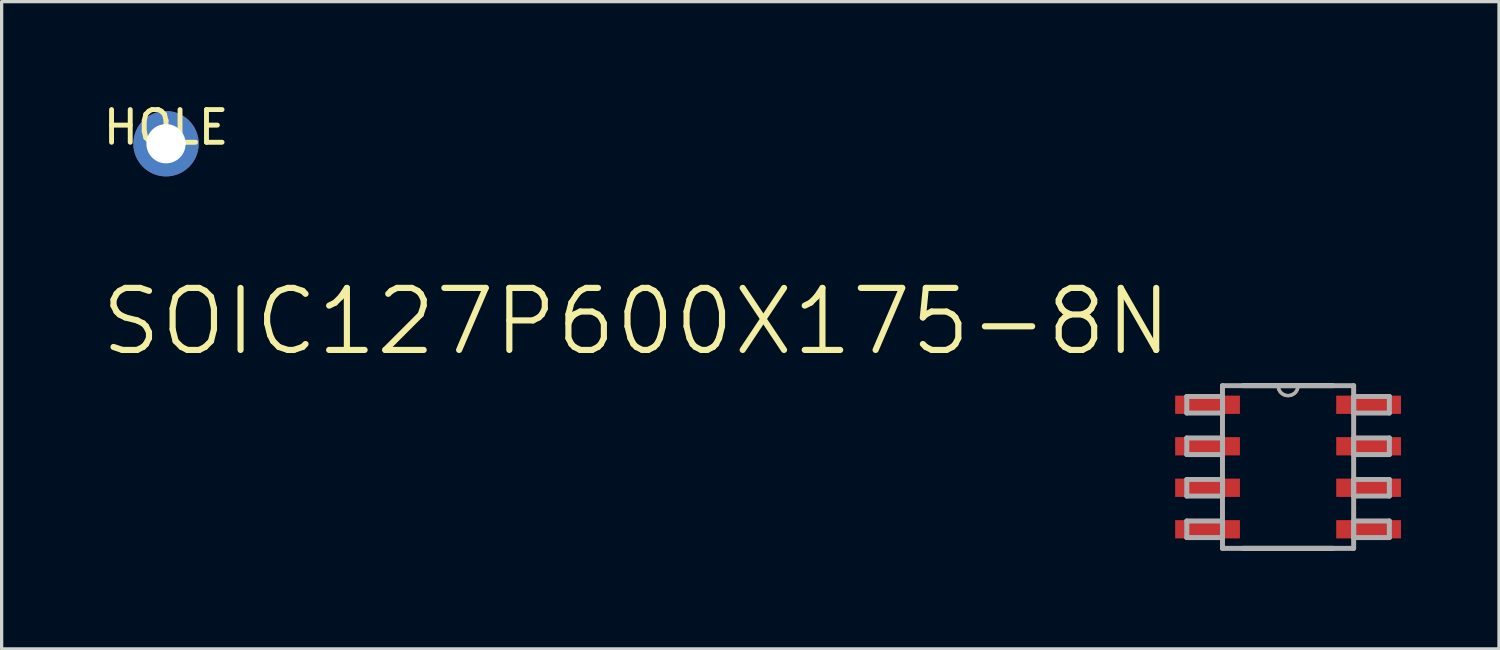
<source format=kicad_pcb>
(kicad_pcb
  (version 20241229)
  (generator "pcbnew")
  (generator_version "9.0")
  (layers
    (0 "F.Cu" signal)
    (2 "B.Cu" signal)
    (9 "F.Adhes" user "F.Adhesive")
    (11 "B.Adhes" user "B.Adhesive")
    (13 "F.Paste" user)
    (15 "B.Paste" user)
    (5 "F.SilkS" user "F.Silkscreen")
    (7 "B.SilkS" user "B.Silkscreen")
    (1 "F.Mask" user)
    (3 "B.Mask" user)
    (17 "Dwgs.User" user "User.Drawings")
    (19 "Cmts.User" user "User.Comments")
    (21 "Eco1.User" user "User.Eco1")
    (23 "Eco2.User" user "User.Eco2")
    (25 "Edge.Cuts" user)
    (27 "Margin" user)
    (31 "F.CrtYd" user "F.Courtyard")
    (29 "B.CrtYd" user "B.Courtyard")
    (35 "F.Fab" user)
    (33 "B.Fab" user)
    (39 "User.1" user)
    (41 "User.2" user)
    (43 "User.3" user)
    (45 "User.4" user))
  (footprint "SOIC127P600X175-8N"
    (layer "F.Cu")
    (at 36.363 11.24)
    (property "Reference" "SOIC127P600X175-8N" (at -3.459 -4.451 180) (layer "F.SilkS") (effects (font (size 1.898 1.898) (thickness 0.188)) (justify right)))
    (fp_line (start -1.372 2.489) (end 1.372 2.489) (stroke (width 0.152) (type solid)) (layer "F.SilkS"))
    (fp_line (start -0.305 -2.489) (end -1.372 -2.489) (stroke (width 0.152) (type solid)) (layer "F.SilkS"))
    (fp_line (start 0.305 -2.489) (end -0.305 -2.489) (stroke (width 0.152) (type solid)) (layer "F.SilkS"))
    (fp_line (start 1.372 -2.489) (end 0.305 -2.489) (stroke (width 0.152) (type solid)) (layer "F.SilkS"))
    (fp_arc (start 0.3048 -2.4892) (mid 0 -2.1844) (end -0.3048 -2.4892) (stroke (width 0.1) (type solid)) (layer "F.SilkS"))
    (fp_line (start -3.099 -2.159) (end -3.099 -1.651) (stroke (width 0.152) (type solid)) (layer "F.Fab"))
    (fp_line (start -3.099 -1.651) (end -2.007 -1.651) (stroke (width 0.152) (type solid)) (layer "F.Fab"))
    (fp_line (start -3.099 -0.889) (end -3.099 -0.381) (stroke (width 0.152) (type solid)) (layer "F.Fab"))
    (fp_line (start -3.099 -0.381) (end -2.007 -0.381) (stroke (width 0.152) (type solid)) (layer "F.Fab"))
    (fp_line (start -3.099 0.381) (end -3.099 0.889) (stroke (width 0.152) (type solid)) (layer "F.Fab"))
    (fp_line (start -3.099 0.889) (end -2.007 0.889) (stroke (width 0.152) (type solid)) (layer "F.Fab"))
    (fp_line (start -3.099 1.651) (end -3.099 2.159) (stroke (width 0.152) (type solid)) (layer "F.Fab"))
    (fp_line (start -3.099 2.159) (end -2.007 2.159) (stroke (width 0.152) (type solid)) (layer "F.Fab"))
    (fp_line (start -2.007 -2.489) (end -2.007 2.489) (stroke (width 0.152) (type solid)) (layer "F.Fab"))
    (fp_line (start -2.007 -2.159) (end -3.099 -2.159) (stroke (width 0.152) (type solid)) (layer "F.Fab"))
    (fp_line (start -2.007 -1.651) (end -2.007 -2.159) (stroke (width 0.152) (type solid)) (layer "F.Fab"))
    (fp_line (start -2.007 -0.889) (end -3.099 -0.889) (stroke (width 0.152) (type solid)) (layer "F.Fab"))
    (fp_line (start -2.007 -0.381) (end -2.007 -0.889) (stroke (width 0.152) (type solid)) (layer "F.Fab"))
    (fp_line (start -2.007 0.381) (end -3.099 0.381) (stroke (width 0.152) (type solid)) (layer "F.Fab"))
    (fp_line (start -2.007 0.889) (end -2.007 0.381) (stroke (width 0.152) (type solid)) (layer "F.Fab"))
    (fp_line (start -2.007 1.651) (end -3.099 1.651) (stroke (width 0.152) (type solid)) (layer "F.Fab"))
    (fp_line (start -2.007 2.159) (end -2.007 1.651) (stroke (width 0.152) (type solid)) (layer "F.Fab"))
    (fp_line (start -2.007 2.489) (end 2.007 2.489) (stroke (width 0.152) (type solid)) (layer "F.Fab"))
    (fp_line (start -0.305 -2.489) (end -2.007 -2.489) (stroke (width 0.152) (type solid)) (layer "F.Fab"))
    (fp_line (start 0.305 -2.489) (end -0.305 -2.489) (stroke (width 0.152) (type solid)) (layer "F.Fab"))
    (fp_line (start 2.007 -2.489) (end 0.305 -2.489) (stroke (width 0.152) (type solid)) (layer "F.Fab"))
    (fp_line (start 2.007 -2.159) (end 2.007 -1.651) (stroke (width 0.152) (type solid)) (layer "F.Fab"))
    (fp_line (start 2.007 -1.651) (end 3.099 -1.651) (stroke (width 0.152) (type solid)) (layer "F.Fab"))
    (fp_line (start 2.007 -0.889) (end 2.007 -0.381) (stroke (width 0.152) (type solid)) (layer "F.Fab"))
    (fp_line (start 2.007 -0.381) (end 3.099 -0.381) (stroke (width 0.152) (type solid)) (layer "F.Fab"))
    (fp_line (start 2.007 0.381) (end 2.007 0.889) (stroke (width 0.152) (type solid)) (layer "F.Fab"))
    (fp_line (start 2.007 0.889) (end 3.099 0.889) (stroke (width 0.152) (type solid)) (layer "F.Fab"))
    (fp_line (start 2.007 1.651) (end 2.007 2.159) (stroke (width 0.152) (type solid)) (layer "F.Fab"))
    (fp_line (start 2.007 2.159) (end 3.099 2.159) (stroke (width 0.152) (type solid)) (layer "F.Fab"))
    (fp_line (start 2.007 2.489) (end 2.007 -2.489) (stroke (width 0.152) (type solid)) (layer "F.Fab"))
    (fp_line (start 3.099 -2.159) (end 2.007 -2.159) (stroke (width 0.152) (type solid)) (layer "F.Fab"))
    (fp_line (start 3.099 -1.651) (end 3.099 -2.159) (stroke (width 0.152) (type solid)) (layer "F.Fab"))
    (fp_line (start 3.099 -0.889) (end 2.007 -0.889) (stroke (width 0.152) (type solid)) (layer "F.Fab"))
    (fp_line (start 3.099 -0.381) (end 3.099 -0.889) (stroke (width 0.152) (type solid)) (layer "F.Fab"))
    (fp_line (start 3.099 0.381) (end 2.007 0.381) (stroke (width 0.152) (type solid)) (layer "F.Fab"))
    (fp_line (start 3.099 0.889) (end 3.099 0.381) (stroke (width 0.152) (type solid)) (layer "F.Fab"))
    (fp_line (start 3.099 1.651) (end 2.007 1.651) (stroke (width 0.152) (type solid)) (layer "F.Fab"))
    (fp_line (start 3.099 2.159) (end 3.099 1.651) (stroke (width 0.152) (type solid)) (layer "F.Fab"))
    (fp_arc (start 0.3048 -2.4892) (mid 0 -2.1844) (end -0.3048 -2.4892) (stroke (width 0.1) (type solid)) (layer "F.Fab"))
    (pad "1" smd rect (at -2.464 -1.905) (size 1.981 0.559) (layers "F.Cu" "F.Mask" "F.Paste"))
    (pad "2" smd rect (at -2.464 -0.635) (size 1.981 0.559) (layers "F.Cu" "F.Mask" "F.Paste"))
    (pad "3" smd rect (at -2.464 0.635) (size 1.981 0.559) (layers "F.Cu" "F.Mask" "F.Paste"))
    (pad "4" smd rect (at -2.464 1.905) (size 1.981 0.559) (layers "F.Cu" "F.Mask" "F.Paste"))
    (pad "5" smd rect (at 2.464 1.905) (size 1.981 0.559) (layers "F.Cu" "F.Mask" "F.Paste"))
    (pad "6" smd rect (at 2.464 0.635) (size 1.981 0.559) (layers "F.Cu" "F.Mask" "F.Paste"))
    (pad "7" smd rect (at 2.464 -0.635) (size 1.981 0.559) (layers "F.Cu" "F.Mask" "F.Paste"))
    (pad "8" smd rect (at 2.464 -1.905) (size 1.981 0.559) (layers "F.Cu" "F.Mask" "F.Paste")))
  (footprint "HOLE"
    (layer "F.Cu")
    (at 2.03 1.348)
    (property "Reference" "HOLE" (at 0 -0.5 0) (unlocked yes) (layer "F.SilkS") (effects (font (size 1 1) (thickness 0.15))))
    (attr smd)
    (pad "1" thru_hole circle (at 0 0) (size 2 2) (drill 1.2) (layers "*.Cu" "*.Mask")))
  (gr_rect
    (start -3 -3)
    (end 42.817 16.805)
    (stroke (width 0.1) (type default))
    (fill no)
    (layer "Edge.Cuts")))
</source>
